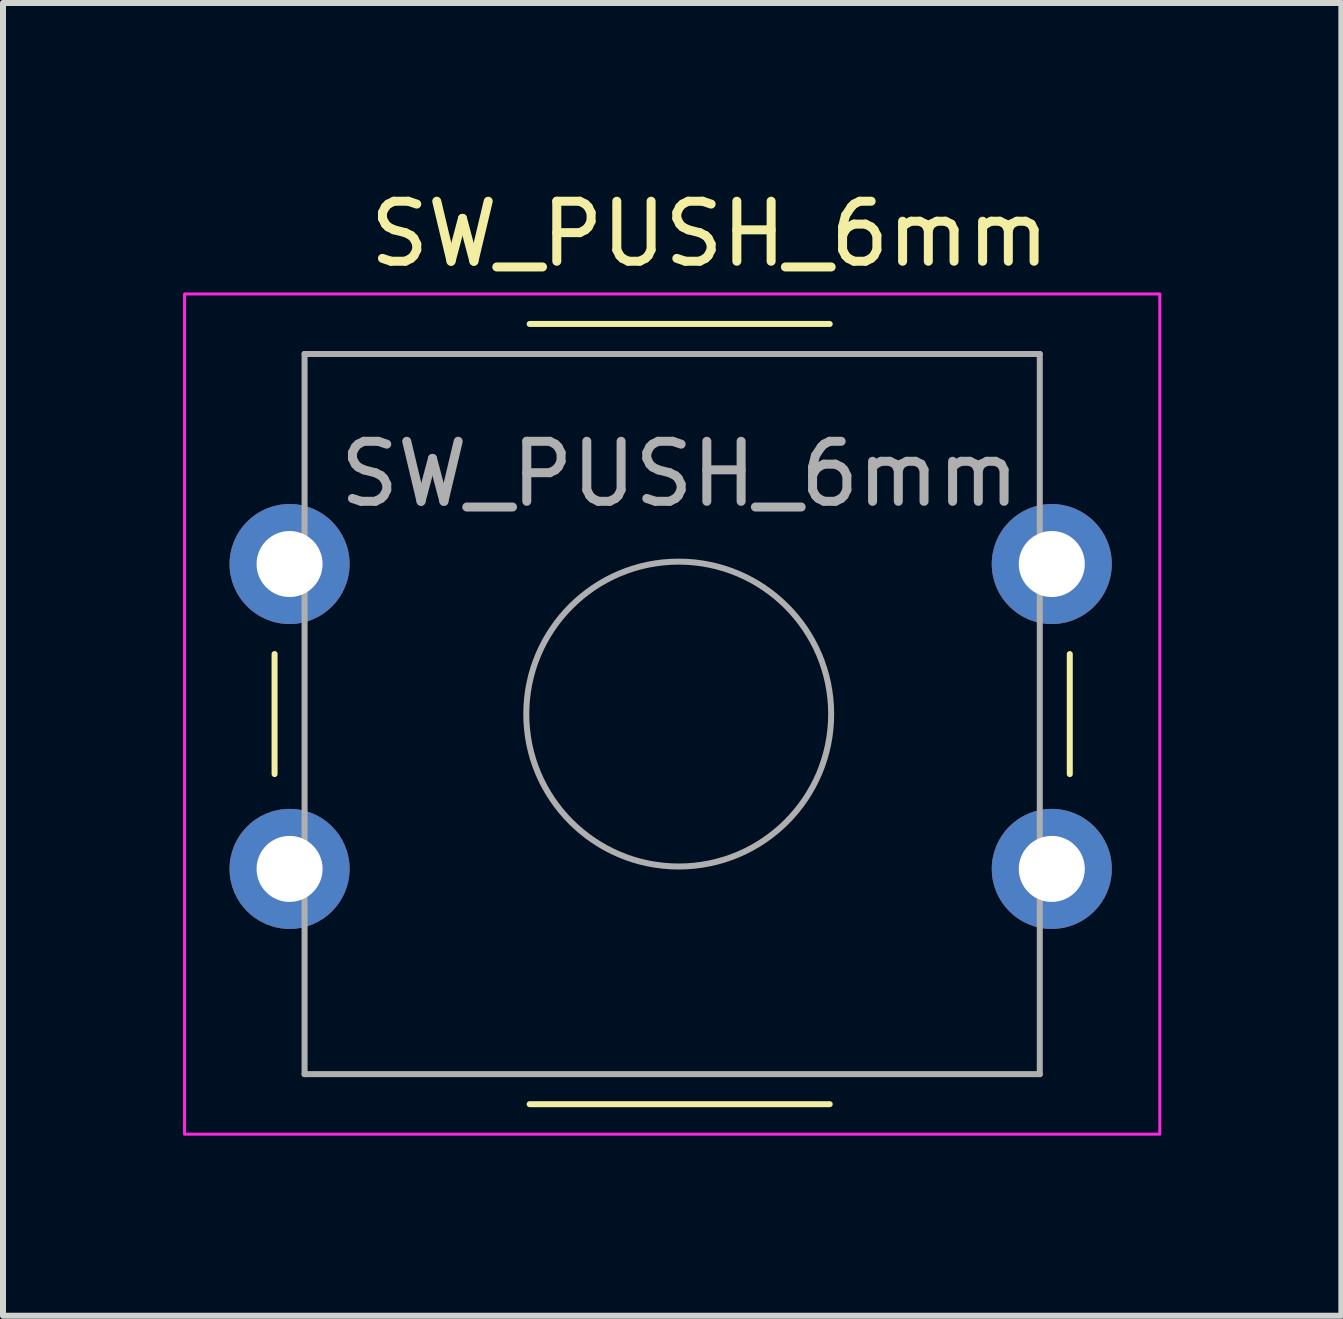
<source format=kicad_pcb>
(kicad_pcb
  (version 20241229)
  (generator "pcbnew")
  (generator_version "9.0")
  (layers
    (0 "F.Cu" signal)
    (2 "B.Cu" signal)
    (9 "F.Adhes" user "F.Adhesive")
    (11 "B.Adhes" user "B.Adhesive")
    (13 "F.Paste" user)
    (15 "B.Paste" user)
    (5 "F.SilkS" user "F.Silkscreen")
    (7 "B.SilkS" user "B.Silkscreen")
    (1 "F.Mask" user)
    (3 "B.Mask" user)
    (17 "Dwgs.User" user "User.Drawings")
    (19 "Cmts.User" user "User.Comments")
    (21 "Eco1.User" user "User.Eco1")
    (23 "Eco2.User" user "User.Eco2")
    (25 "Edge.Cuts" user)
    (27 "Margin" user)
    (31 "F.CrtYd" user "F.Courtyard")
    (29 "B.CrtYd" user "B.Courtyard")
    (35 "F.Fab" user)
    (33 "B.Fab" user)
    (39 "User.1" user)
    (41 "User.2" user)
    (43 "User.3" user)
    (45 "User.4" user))
  (footprint "SW_PUSH_6mm"
    (layer "F.Cu")
    (at 1.775 6.348)
    (property "Reference" "SW_PUSH_6mm" (at 7 -5.5 0) (layer "F.SilkS") (effects (font (size 1 1) (thickness 0.15))))
    (attr through_hole)
    (fp_line (start -0.25 1.5) (end -0.25 3.5) (stroke (width 0.1) (type default)) (layer "F.SilkS"))
    (fp_line (start 4 -4) (end 9 -4) (stroke (width 0.1) (type default)) (layer "F.SilkS"))
    (fp_line (start 4 9) (end 9 9) (stroke (width 0.1) (type default)) (layer "F.SilkS"))
    (fp_line (start 13 1.5) (end 13 3.5) (stroke (width 0.1) (type default)) (layer "F.SilkS"))
    (fp_rect (start -1.75 -4.5) (end 14.5 9.5) (stroke (width 0.05) (type default)) (fill no) (layer "F.CrtYd"))
    (fp_line (start 0.25 -3.5) (end 12.5 -3.5) (stroke (width 0.1) (type solid)) (layer "F.Fab"))
    (fp_line (start 0.25 8.5) (end 0.25 -3.5) (stroke (width 0.1) (type solid)) (layer "F.Fab"))
    (fp_line (start 0.25 8.5) (end 12.5 8.5) (stroke (width 0.1) (type solid)) (layer "F.Fab"))
    (fp_line (start 12.5 -3.5) (end 12.5 8.5) (stroke (width 0.1) (type solid)) (layer "F.Fab"))
    (fp_circle (center 6.484 2.5) (end 9.024 2.5) (stroke (width 0.1) (type solid)) (fill no) (layer "F.Fab"))
    (fp_text user "${REFERENCE}" (at 6.5 -1.5 0) (layer "F.Fab") (effects (font (size 1 1) (thickness 0.15))))
    (pad "1" thru_hole circle (at 0 0 90) (size 2 2) (drill 1.1) (layers "*.Cu" "*.Mask"))
    (pad "1" thru_hole circle (at 12.7 0 90) (size 2 2) (drill 1.1) (layers "*.Cu" "*.Mask"))
    (pad "2" thru_hole circle (at 0 5.08 90) (size 2 2) (drill 1.1) (layers "*.Cu" "*.Mask"))
    (pad "2" thru_hole circle (at 12.7 5.08 90) (size 2 2) (drill 1.1) (layers "*.Cu" "*.Mask")))
  (gr_rect
    (start -3 -3)
    (end 19.3 18.873)
    (stroke (width 0.1) (type default))
    (fill no)
    (layer "Edge.Cuts")))
</source>
